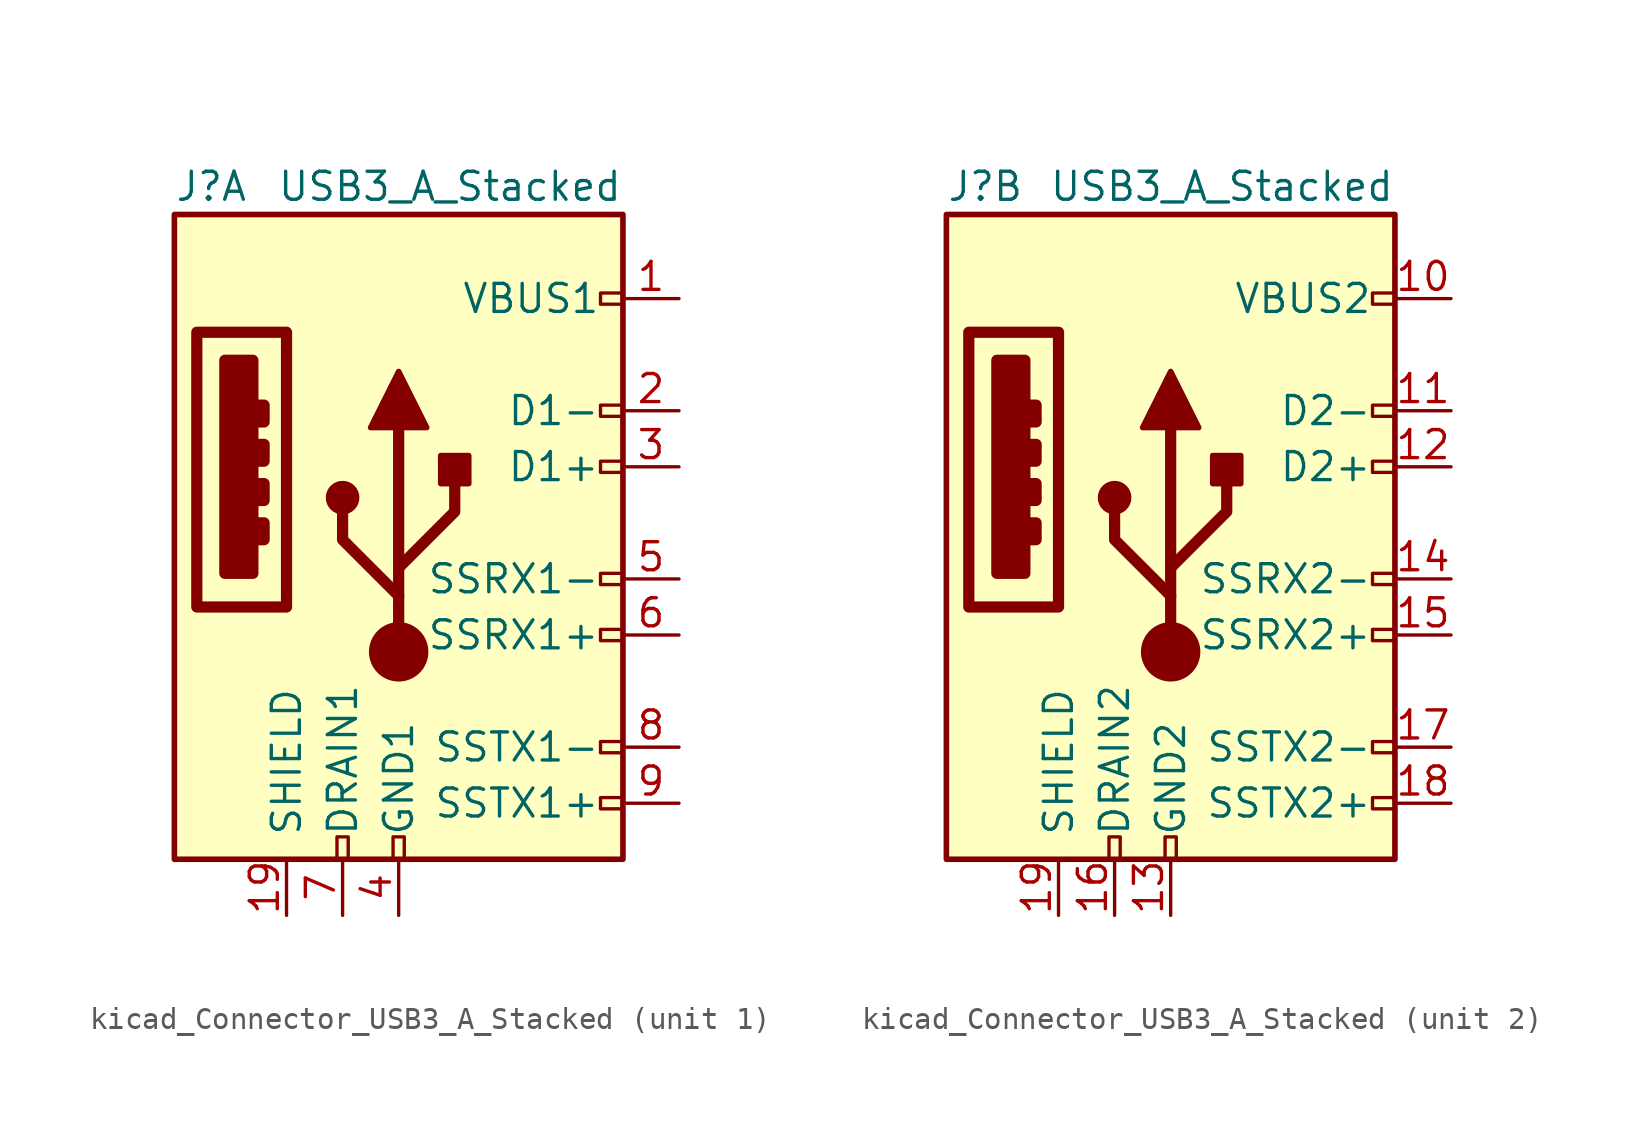
<source format=kicad_sym>
(kicad_symbol_lib
  (version 20220914)
  (generator kicad_symbol_editor)
  (symbol "kicad_Connector_USB3_A_Stacked"
    (pin_names
      (offset 1.016))
    (property "Reference" "J"
      (at -10.16 15.24 0)
      (effects (font (size 1.27 1.27)) (justify left)))
    (property "Value" "USB3_A_Stacked"
      (at 10.16 15.24 0)
      (effects (font (size 1.27 1.27)) (justify right)))
    (symbol "kicad_Connector_USB3_A_Stacked_0_0"
      (rectangle (start -9.144 8.636) (end -5.08 -3.81) (stroke (width 0.508) (type default)) (fill (type none)))
      (rectangle (start -7.874 7.366) (end -6.604 -2.286) (stroke (width 0.508) (type default)) (fill (type outline)))
      (rectangle (start -6.35 0) (end -6.096 -0.762) (stroke (width 0.508) (type default)) (fill (type none)))
      (rectangle (start -6.35 1.778) (end -6.096 1.016) (stroke (width 0.508) (type default)) (fill (type none)))
      (rectangle (start -6.35 3.556) (end -6.096 2.794) (stroke (width 0.508) (type default)) (fill (type none)))
      (rectangle (start -6.35 5.334) (end -6.096 4.572) (stroke (width 0.508) (type default)) (fill (type none)))
      (rectangle (start -2.794 -15.24) (end -2.286 -14.224) (stroke (width 0) (type default)) (fill (type none)))
      (rectangle (start -0.254 -15.24) (end 0.254 -14.224) (stroke (width 0) (type default)) (fill (type none)))
      (rectangle (start 10.16 -12.446) (end 9.144 -12.954) (stroke (width 0) (type default)) (fill (type none)))
      (rectangle (start 10.16 -9.906) (end 9.144 -10.414) (stroke (width 0) (type default)) (fill (type none)))
      (rectangle (start 10.16 -4.826) (end 9.144 -5.334) (stroke (width 0) (type default)) (fill (type none)))
      (rectangle (start 10.16 -2.286) (end 9.144 -2.794) (stroke (width 0) (type default)) (fill (type none)))
      (rectangle (start 10.16 2.794) (end 9.144 2.286) (stroke (width 0) (type default)) (fill (type none)))
      (rectangle (start 10.16 5.334) (end 9.144 4.826) (stroke (width 0) (type default)) (fill (type none)))
      (rectangle (start 10.16 10.414) (end 9.144 9.906) (stroke (width 0) (type default)) (fill (type none))))
    (symbol "kicad_Connector_USB3_A_Stacked_0_1"
      (rectangle (start -10.16 13.97) (end 10.16 -15.24) (stroke (width 0.254) (type default)) (fill (type background)))
      (pin passive line (at -5.08 -17.78 90) (length 2.54) (name "SHIELD" (effects (font (size 1.27 1.27)))) (number "19" (effects (font (size 1.27 1.27))))))
    (symbol "kicad_Connector_USB3_A_Stacked_1_1"
      (circle (center -2.54 1.143) (radius 0.635) (stroke (width 0.254) (type default)) (fill (type outline)))
      (circle (center 0 -5.842) (radius 1.27) (stroke (width 0) (type default)) (fill (type outline)))
      (polyline (pts (xy 0 -5.842) (xy 0 4.318)) (stroke (width 0.508) (type default)) (fill (type none)))
      (polyline (pts (xy 0 -3.302) (xy -2.54 -0.762) (xy -2.54 0.508)) (stroke (width 0.508) (type default)) (fill (type none)))
      (polyline (pts (xy 0 -2.032) (xy 2.54 0.508) (xy 2.54 1.778)) (stroke (width 0.508) (type default)) (fill (type none)))
      (polyline (pts (xy -1.27 4.318) (xy 0 6.858) (xy 1.27 4.318) (xy -1.27 4.318)) (stroke (width 0.254) (type default)) (fill (type outline)))
      (rectangle (start 1.905 1.778) (end 3.175 3.048) (stroke (width 0.254) (type default)) (fill (type outline)))
      (pin power_in line (at 12.7 10.16 180) (length 2.54) (name "VBUS1" (effects (font (size 1.27 1.27)))) (number "1" (effects (font (size 1.27 1.27)))))
      (pin bidirectional line (at 12.7 5.08 180) (length 2.54) (name "D1-" (effects (font (size 1.27 1.27)))) (number "2" (effects (font (size 1.27 1.27)))))
      (pin bidirectional line (at 12.7 2.54 180) (length 2.54) (name "D1+" (effects (font (size 1.27 1.27)))) (number "3" (effects (font (size 1.27 1.27)))))
      (pin power_in line (at 0 -17.78 90) (length 2.54) (name "GND1" (effects (font (size 1.27 1.27)))) (number "4" (effects (font (size 1.27 1.27)))))
      (pin output line (at 12.7 -2.54 180) (length 2.54) (name "SSRX1-" (effects (font (size 1.27 1.27)))) (number "5" (effects (font (size 1.27 1.27)))))
      (pin output line (at 12.7 -5.08 180) (length 2.54) (name "SSRX1+" (effects (font (size 1.27 1.27)))) (number "6" (effects (font (size 1.27 1.27)))))
      (pin passive line (at -2.54 -17.78 90) (length 2.54) (name "DRAIN1" (effects (font (size 1.27 1.27)))) (number "7" (effects (font (size 1.27 1.27)))))
      (pin input line (at 12.7 -10.16 180) (length 2.54) (name "SSTX1-" (effects (font (size 1.27 1.27)))) (number "8" (effects (font (size 1.27 1.27)))))
      (pin input line (at 12.7 -12.7 180) (length 2.54) (name "SSTX1+" (effects (font (size 1.27 1.27)))) (number "9" (effects (font (size 1.27 1.27))))))
    (symbol "kicad_Connector_USB3_A_Stacked_2_1"
      (circle (center -2.54 1.143) (radius 0.635) (stroke (width 0.254) (type default)) (fill (type outline)))
      (circle (center 0 -5.842) (radius 1.27) (stroke (width 0) (type default)) (fill (type outline)))
      (polyline (pts (xy 0 -5.842) (xy 0 4.318)) (stroke (width 0.508) (type default)) (fill (type none)))
      (polyline (pts (xy 0 -3.302) (xy -2.54 -0.762) (xy -2.54 0.508)) (stroke (width 0.508) (type default)) (fill (type none)))
      (polyline (pts (xy 0 -2.032) (xy 2.54 0.508) (xy 2.54 1.778)) (stroke (width 0.508) (type default)) (fill (type none)))
      (polyline (pts (xy -1.27 4.318) (xy 0 6.858) (xy 1.27 4.318) (xy -1.27 4.318)) (stroke (width 0.254) (type default)) (fill (type outline)))
      (rectangle (start 1.905 1.778) (end 3.175 3.048) (stroke (width 0.254) (type default)) (fill (type outline)))
      (pin power_in line (at 12.7 10.16 180) (length 2.54) (name "VBUS2" (effects (font (size 1.27 1.27)))) (number "10" (effects (font (size 1.27 1.27)))))
      (pin bidirectional line (at 12.7 5.08 180) (length 2.54) (name "D2-" (effects (font (size 1.27 1.27)))) (number "11" (effects (font (size 1.27 1.27)))))
      (pin bidirectional line (at 12.7 2.54 180) (length 2.54) (name "D2+" (effects (font (size 1.27 1.27)))) (number "12" (effects (font (size 1.27 1.27)))))
      (pin power_in line (at 0 -17.78 90) (length 2.54) (name "GND2" (effects (font (size 1.27 1.27)))) (number "13" (effects (font (size 1.27 1.27)))))
      (pin output line (at 12.7 -2.54 180) (length 2.54) (name "SSRX2-" (effects (font (size 1.27 1.27)))) (number "14" (effects (font (size 1.27 1.27)))))
      (pin output line (at 12.7 -5.08 180) (length 2.54) (name "SSRX2+" (effects (font (size 1.27 1.27)))) (number "15" (effects (font (size 1.27 1.27)))))
      (pin passive line (at -2.54 -17.78 90) (length 2.54) (name "DRAIN2" (effects (font (size 1.27 1.27)))) (number "16" (effects (font (size 1.27 1.27)))))
      (pin input line (at 12.7 -10.16 180) (length 2.54) (name "SSTX2-" (effects (font (size 1.27 1.27)))) (number "17" (effects (font (size 1.27 1.27)))))
      (pin input line (at 12.7 -12.7 180) (length 2.54) (name "SSTX2+" (effects (font (size 1.27 1.27)))) (number "18" (effects (font (size 1.27 1.27))))))))
</source>
